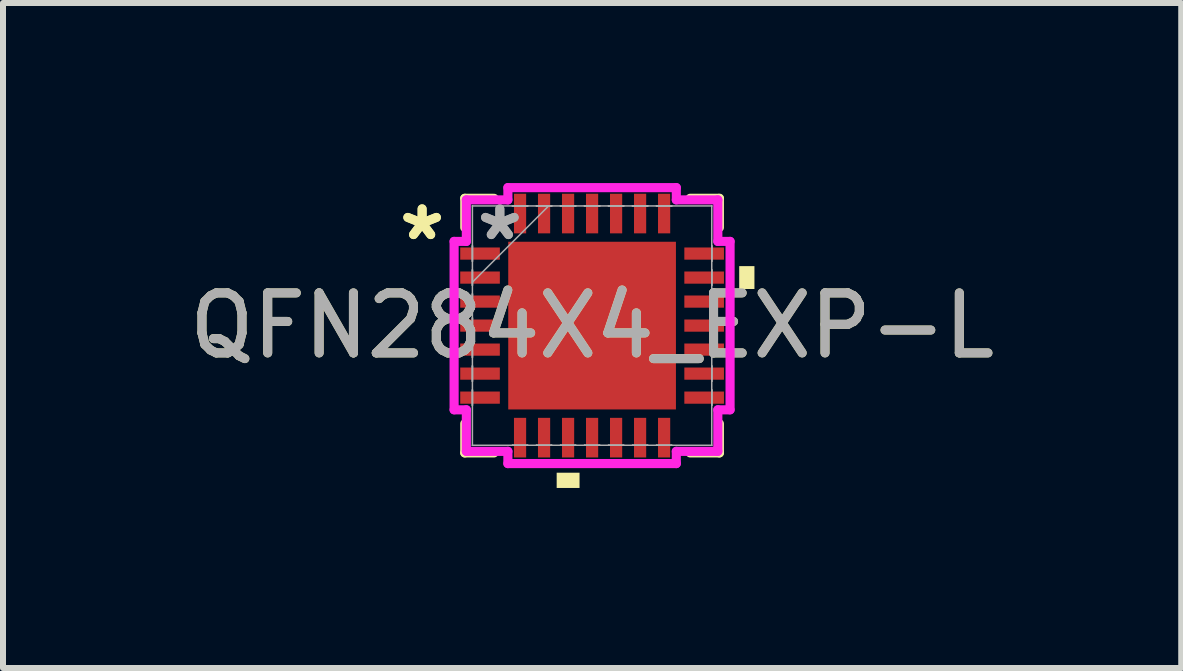
<source format=kicad_pcb>
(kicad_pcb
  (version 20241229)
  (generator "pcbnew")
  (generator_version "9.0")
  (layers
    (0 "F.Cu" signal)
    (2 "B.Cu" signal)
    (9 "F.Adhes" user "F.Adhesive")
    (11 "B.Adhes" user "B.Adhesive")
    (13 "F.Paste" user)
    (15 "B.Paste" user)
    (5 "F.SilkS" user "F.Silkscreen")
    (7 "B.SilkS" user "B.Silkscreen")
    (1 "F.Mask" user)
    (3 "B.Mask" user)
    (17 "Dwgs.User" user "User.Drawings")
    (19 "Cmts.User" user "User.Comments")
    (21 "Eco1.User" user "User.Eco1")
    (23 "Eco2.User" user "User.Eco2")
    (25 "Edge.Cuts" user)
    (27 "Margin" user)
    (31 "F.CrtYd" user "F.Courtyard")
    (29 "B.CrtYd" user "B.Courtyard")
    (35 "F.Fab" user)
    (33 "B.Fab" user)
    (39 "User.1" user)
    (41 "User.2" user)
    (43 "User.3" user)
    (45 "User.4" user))
  (footprint "QFN284X4_EXP-L"
    (layer "F.Cu")
    (at 6.815 2.375)
    (property "Reference" "QFN284X4_EXP-L" (at 0 0 0) (unlocked yes) (layer "F.SilkS") (effects (font (size 1 1) (thickness 0.15))))
    (attr smd)
    (fp_line (start -2.121 -2.121) (end -2.121 -1.634) (stroke (width 0.152) (type solid)) (layer "F.SilkS"))
    (fp_line (start -2.121 1.634) (end -2.121 2.121) (stroke (width 0.152) (type solid)) (layer "F.SilkS"))
    (fp_line (start -2.121 2.121) (end -1.634 2.121) (stroke (width 0.152) (type solid)) (layer "F.SilkS"))
    (fp_line (start -1.634 -2.121) (end -2.121 -2.121) (stroke (width 0.152) (type solid)) (layer "F.SilkS"))
    (fp_line (start 1.634 2.121) (end 2.121 2.121) (stroke (width 0.152) (type solid)) (layer "F.SilkS"))
    (fp_line (start 2.121 -2.121) (end 1.634 -2.121) (stroke (width 0.152) (type solid)) (layer "F.SilkS"))
    (fp_line (start 2.121 -1.634) (end 2.121 -2.121) (stroke (width 0.152) (type solid)) (layer "F.SilkS"))
    (fp_line (start 2.121 2.121) (end 2.121 1.634) (stroke (width 0.152) (type solid)) (layer "F.SilkS"))
    (fp_poly (pts (xy -0.59 2.451) (xy -0.59 2.705) (xy -0.209 2.705) (xy -0.209 2.451)) (stroke (width 0) (type solid)) (fill yes) (layer "F.SilkS"))
    (fp_poly (pts (xy 2.705 -0.991) (xy 2.705 -0.61) (xy 2.451 -0.61) (xy 2.451 -0.991)) (stroke (width 0) (type solid)) (fill yes) (layer "F.SilkS"))
    (fp_poly (pts (xy -1.297 -1.297) (xy -1.297 -0.1) (xy -0.1 -0.1) (xy -0.1 -1.297)) (stroke (width 0) (type solid)) (fill yes) (layer "F.Paste"))
    (fp_poly (pts (xy -1.297 0.1) (xy -1.297 1.297) (xy -0.1 1.297) (xy -0.1 0.1)) (stroke (width 0) (type solid)) (fill yes) (layer "F.Paste"))
    (fp_poly (pts (xy 0.1 -1.297) (xy 0.1 -0.1) (xy 1.297 -0.1) (xy 1.297 -1.297)) (stroke (width 0) (type solid)) (fill yes) (layer "F.Paste"))
    (fp_poly (pts (xy 0.1 0.1) (xy 0.1 1.297) (xy 1.297 1.297) (xy 1.297 0.1)) (stroke (width 0) (type solid)) (fill yes) (layer "F.Paste"))
    (fp_line (start -2.299 -1.403) (end -2.095 -1.403) (stroke (width 0.152) (type solid)) (layer "F.CrtYd"))
    (fp_line (start -2.299 1.403) (end -2.299 -1.403) (stroke (width 0.152) (type solid)) (layer "F.CrtYd"))
    (fp_line (start -2.095 -2.095) (end -1.403 -2.095) (stroke (width 0.152) (type solid)) (layer "F.CrtYd"))
    (fp_line (start -2.095 -1.403) (end -2.095 -2.095) (stroke (width 0.152) (type solid)) (layer "F.CrtYd"))
    (fp_line (start -2.095 1.403) (end -2.299 1.403) (stroke (width 0.152) (type solid)) (layer "F.CrtYd"))
    (fp_line (start -2.095 2.095) (end -2.095 1.403) (stroke (width 0.152) (type solid)) (layer "F.CrtYd"))
    (fp_line (start -1.403 -2.299) (end 1.403 -2.299) (stroke (width 0.152) (type solid)) (layer "F.CrtYd"))
    (fp_line (start -1.403 -2.095) (end -1.403 -2.299) (stroke (width 0.152) (type solid)) (layer "F.CrtYd"))
    (fp_line (start -1.403 2.095) (end -2.095 2.095) (stroke (width 0.152) (type solid)) (layer "F.CrtYd"))
    (fp_line (start -1.403 2.299) (end -1.403 2.095) (stroke (width 0.152) (type solid)) (layer "F.CrtYd"))
    (fp_line (start 1.403 -2.299) (end 1.403 -2.095) (stroke (width 0.152) (type solid)) (layer "F.CrtYd"))
    (fp_line (start 1.403 -2.095) (end 2.095 -2.095) (stroke (width 0.152) (type solid)) (layer "F.CrtYd"))
    (fp_line (start 1.403 2.095) (end 1.403 2.299) (stroke (width 0.152) (type solid)) (layer "F.CrtYd"))
    (fp_line (start 1.403 2.299) (end -1.403 2.299) (stroke (width 0.152) (type solid)) (layer "F.CrtYd"))
    (fp_line (start 2.095 -2.095) (end 2.095 -1.403) (stroke (width 0.152) (type solid)) (layer "F.CrtYd"))
    (fp_line (start 2.095 -1.403) (end 2.299 -1.403) (stroke (width 0.152) (type solid)) (layer "F.CrtYd"))
    (fp_line (start 2.095 1.403) (end 2.095 2.095) (stroke (width 0.152) (type solid)) (layer "F.CrtYd"))
    (fp_line (start 2.095 2.095) (end 1.403 2.095) (stroke (width 0.152) (type solid)) (layer "F.CrtYd"))
    (fp_line (start 2.299 -1.403) (end 2.299 1.403) (stroke (width 0.152) (type solid)) (layer "F.CrtYd"))
    (fp_line (start 2.299 1.403) (end 2.095 1.403) (stroke (width 0.152) (type solid)) (layer "F.CrtYd"))
    (fp_line (start -1.994 -1.994) (end -1.994 -1.994) (stroke (width 0.025) (type solid)) (layer "F.Fab"))
    (fp_line (start -1.994 -1.994) (end -1.994 1.994) (stroke (width 0.025) (type solid)) (layer "F.Fab"))
    (fp_line (start -1.994 -1.327) (end -1.994 -1.327) (stroke (width 0.025) (type solid)) (layer "F.Fab"))
    (fp_line (start -1.994 -1.327) (end -1.994 -1.073) (stroke (width 0.025) (type solid)) (layer "F.Fab"))
    (fp_line (start -1.994 -1.073) (end -1.994 -1.327) (stroke (width 0.025) (type solid)) (layer "F.Fab"))
    (fp_line (start -1.994 -1.073) (end -1.994 -1.073) (stroke (width 0.025) (type solid)) (layer "F.Fab"))
    (fp_line (start -1.994 -0.927) (end -1.994 -0.927) (stroke (width 0.025) (type solid)) (layer "F.Fab"))
    (fp_line (start -1.994 -0.927) (end -1.994 -0.673) (stroke (width 0.025) (type solid)) (layer "F.Fab"))
    (fp_line (start -1.994 -0.724) (end -0.724 -1.994) (stroke (width 0.025) (type solid)) (layer "F.Fab"))
    (fp_line (start -1.994 -0.673) (end -1.994 -0.927) (stroke (width 0.025) (type solid)) (layer "F.Fab"))
    (fp_line (start -1.994 -0.673) (end -1.994 -0.673) (stroke (width 0.025) (type solid)) (layer "F.Fab"))
    (fp_line (start -1.994 -0.527) (end -1.994 -0.527) (stroke (width 0.025) (type solid)) (layer "F.Fab"))
    (fp_line (start -1.994 -0.527) (end -1.994 -0.273) (stroke (width 0.025) (type solid)) (layer "F.Fab"))
    (fp_line (start -1.994 -0.273) (end -1.994 -0.527) (stroke (width 0.025) (type solid)) (layer "F.Fab"))
    (fp_line (start -1.994 -0.273) (end -1.994 -0.273) (stroke (width 0.025) (type solid)) (layer "F.Fab"))
    (fp_line (start -1.994 -0.127) (end -1.994 -0.127) (stroke (width 0.025) (type solid)) (layer "F.Fab"))
    (fp_line (start -1.994 -0.127) (end -1.994 0.127) (stroke (width 0.025) (type solid)) (layer "F.Fab"))
    (fp_line (start -1.994 0.127) (end -1.994 -0.127) (stroke (width 0.025) (type solid)) (layer "F.Fab"))
    (fp_line (start -1.994 0.127) (end -1.994 0.127) (stroke (width 0.025) (type solid)) (layer "F.Fab"))
    (fp_line (start -1.994 0.273) (end -1.994 0.273) (stroke (width 0.025) (type solid)) (layer "F.Fab"))
    (fp_line (start -1.994 0.273) (end -1.994 0.527) (stroke (width 0.025) (type solid)) (layer "F.Fab"))
    (fp_line (start -1.994 0.527) (end -1.994 0.273) (stroke (width 0.025) (type solid)) (layer "F.Fab"))
    (fp_line (start -1.994 0.527) (end -1.994 0.527) (stroke (width 0.025) (type solid)) (layer "F.Fab"))
    (fp_line (start -1.994 0.673) (end -1.994 0.673) (stroke (width 0.025) (type solid)) (layer "F.Fab"))
    (fp_line (start -1.994 0.673) (end -1.994 0.927) (stroke (width 0.025) (type solid)) (layer "F.Fab"))
    (fp_line (start -1.994 0.927) (end -1.994 0.673) (stroke (width 0.025) (type solid)) (layer "F.Fab"))
    (fp_line (start -1.994 0.927) (end -1.994 0.927) (stroke (width 0.025) (type solid)) (layer "F.Fab"))
    (fp_line (start -1.994 1.073) (end -1.994 1.073) (stroke (width 0.025) (type solid)) (layer "F.Fab"))
    (fp_line (start -1.994 1.073) (end -1.994 1.327) (stroke (width 0.025) (type solid)) (layer "F.Fab"))
    (fp_line (start -1.994 1.327) (end -1.994 1.073) (stroke (width 0.025) (type solid)) (layer "F.Fab"))
    (fp_line (start -1.994 1.327) (end -1.994 1.327) (stroke (width 0.025) (type solid)) (layer "F.Fab"))
    (fp_line (start -1.994 1.994) (end -1.994 1.994) (stroke (width 0.025) (type solid)) (layer "F.Fab"))
    (fp_line (start -1.994 1.994) (end 1.994 1.994) (stroke (width 0.025) (type solid)) (layer "F.Fab"))
    (fp_line (start -1.327 -1.994) (end -1.327 -1.994) (stroke (width 0.025) (type solid)) (layer "F.Fab"))
    (fp_line (start -1.327 -1.994) (end -1.073 -1.994) (stroke (width 0.025) (type solid)) (layer "F.Fab"))
    (fp_line (start -1.327 1.994) (end -1.327 1.994) (stroke (width 0.025) (type solid)) (layer "F.Fab"))
    (fp_line (start -1.327 1.994) (end -1.073 1.994) (stroke (width 0.025) (type solid)) (layer "F.Fab"))
    (fp_line (start -1.073 -1.994) (end -1.327 -1.994) (stroke (width 0.025) (type solid)) (layer "F.Fab"))
    (fp_line (start -1.073 -1.994) (end -1.073 -1.994) (stroke (width 0.025) (type solid)) (layer "F.Fab"))
    (fp_line (start -1.073 1.994) (end -1.327 1.994) (stroke (width 0.025) (type solid)) (layer "F.Fab"))
    (fp_line (start -1.073 1.994) (end -1.073 1.994) (stroke (width 0.025) (type solid)) (layer "F.Fab"))
    (fp_line (start -0.927 -1.994) (end -0.927 -1.994) (stroke (width 0.025) (type solid)) (layer "F.Fab"))
    (fp_line (start -0.927 -1.994) (end -0.673 -1.994) (stroke (width 0.025) (type solid)) (layer "F.Fab"))
    (fp_line (start -0.927 1.994) (end -0.927 1.994) (stroke (width 0.025) (type solid)) (layer "F.Fab"))
    (fp_line (start -0.927 1.994) (end -0.673 1.994) (stroke (width 0.025) (type solid)) (layer "F.Fab"))
    (fp_line (start -0.673 -1.994) (end -0.927 -1.994) (stroke (width 0.025) (type solid)) (layer "F.Fab"))
    (fp_line (start -0.673 -1.994) (end -0.673 -1.994) (stroke (width 0.025) (type solid)) (layer "F.Fab"))
    (fp_line (start -0.673 1.994) (end -0.927 1.994) (stroke (width 0.025) (type solid)) (layer "F.Fab"))
    (fp_line (start -0.673 1.994) (end -0.673 1.994) (stroke (width 0.025) (type solid)) (layer "F.Fab"))
    (fp_line (start -0.527 -1.994) (end -0.527 -1.994) (stroke (width 0.025) (type solid)) (layer "F.Fab"))
    (fp_line (start -0.527 -1.994) (end -0.273 -1.994) (stroke (width 0.025) (type solid)) (layer "F.Fab"))
    (fp_line (start -0.527 1.994) (end -0.527 1.994) (stroke (width 0.025) (type solid)) (layer "F.Fab"))
    (fp_line (start -0.527 1.994) (end -0.273 1.994) (stroke (width 0.025) (type solid)) (layer "F.Fab"))
    (fp_line (start -0.273 -1.994) (end -0.527 -1.994) (stroke (width 0.025) (type solid)) (layer "F.Fab"))
    (fp_line (start -0.273 -1.994) (end -0.273 -1.994) (stroke (width 0.025) (type solid)) (layer "F.Fab"))
    (fp_line (start -0.273 1.994) (end -0.527 1.994) (stroke (width 0.025) (type solid)) (layer "F.Fab"))
    (fp_line (start -0.273 1.994) (end -0.273 1.994) (stroke (width 0.025) (type solid)) (layer "F.Fab"))
    (fp_line (start -0.127 -1.994) (end -0.127 -1.994) (stroke (width 0.025) (type solid)) (layer "F.Fab"))
    (fp_line (start -0.127 -1.994) (end 0.127 -1.994) (stroke (width 0.025) (type solid)) (layer "F.Fab"))
    (fp_line (start -0.127 1.994) (end -0.127 1.994) (stroke (width 0.025) (type solid)) (layer "F.Fab"))
    (fp_line (start -0.127 1.994) (end 0.127 1.994) (stroke (width 0.025) (type solid)) (layer "F.Fab"))
    (fp_line (start 0.127 -1.994) (end -0.127 -1.994) (stroke (width 0.025) (type solid)) (layer "F.Fab"))
    (fp_line (start 0.127 -1.994) (end 0.127 -1.994) (stroke (width 0.025) (type solid)) (layer "F.Fab"))
    (fp_line (start 0.127 1.994) (end -0.127 1.994) (stroke (width 0.025) (type solid)) (layer "F.Fab"))
    (fp_line (start 0.127 1.994) (end 0.127 1.994) (stroke (width 0.025) (type solid)) (layer "F.Fab"))
    (fp_line (start 0.273 -1.994) (end 0.273 -1.994) (stroke (width 0.025) (type solid)) (layer "F.Fab"))
    (fp_line (start 0.273 -1.994) (end 0.527 -1.994) (stroke (width 0.025) (type solid)) (layer "F.Fab"))
    (fp_line (start 0.273 1.994) (end 0.273 1.994) (stroke (width 0.025) (type solid)) (layer "F.Fab"))
    (fp_line (start 0.273 1.994) (end 0.527 1.994) (stroke (width 0.025) (type solid)) (layer "F.Fab"))
    (fp_line (start 0.527 -1.994) (end 0.273 -1.994) (stroke (width 0.025) (type solid)) (layer "F.Fab"))
    (fp_line (start 0.527 -1.994) (end 0.527 -1.994) (stroke (width 0.025) (type solid)) (layer "F.Fab"))
    (fp_line (start 0.527 1.994) (end 0.273 1.994) (stroke (width 0.025) (type solid)) (layer "F.Fab"))
    (fp_line (start 0.527 1.994) (end 0.527 1.994) (stroke (width 0.025) (type solid)) (layer "F.Fab"))
    (fp_line (start 0.673 -1.994) (end 0.673 -1.994) (stroke (width 0.025) (type solid)) (layer "F.Fab"))
    (fp_line (start 0.673 -1.994) (end 0.927 -1.994) (stroke (width 0.025) (type solid)) (layer "F.Fab"))
    (fp_line (start 0.673 1.994) (end 0.673 1.994) (stroke (width 0.025) (type solid)) (layer "F.Fab"))
    (fp_line (start 0.673 1.994) (end 0.927 1.994) (stroke (width 0.025) (type solid)) (layer "F.Fab"))
    (fp_line (start 0.927 -1.994) (end 0.673 -1.994) (stroke (width 0.025) (type solid)) (layer "F.Fab"))
    (fp_line (start 0.927 -1.994) (end 0.927 -1.994) (stroke (width 0.025) (type solid)) (layer "F.Fab"))
    (fp_line (start 0.927 1.994) (end 0.673 1.994) (stroke (width 0.025) (type solid)) (layer "F.Fab"))
    (fp_line (start 0.927 1.994) (end 0.927 1.994) (stroke (width 0.025) (type solid)) (layer "F.Fab"))
    (fp_line (start 1.073 -1.994) (end 1.073 -1.994) (stroke (width 0.025) (type solid)) (layer "F.Fab"))
    (fp_line (start 1.073 -1.994) (end 1.327 -1.994) (stroke (width 0.025) (type solid)) (layer "F.Fab"))
    (fp_line (start 1.073 1.994) (end 1.073 1.994) (stroke (width 0.025) (type solid)) (layer "F.Fab"))
    (fp_line (start 1.073 1.994) (end 1.327 1.994) (stroke (width 0.025) (type solid)) (layer "F.Fab"))
    (fp_line (start 1.327 -1.994) (end 1.073 -1.994) (stroke (width 0.025) (type solid)) (layer "F.Fab"))
    (fp_line (start 1.327 -1.994) (end 1.327 -1.994) (stroke (width 0.025) (type solid)) (layer "F.Fab"))
    (fp_line (start 1.327 1.994) (end 1.073 1.994) (stroke (width 0.025) (type solid)) (layer "F.Fab"))
    (fp_line (start 1.327 1.994) (end 1.327 1.994) (stroke (width 0.025) (type solid)) (layer "F.Fab"))
    (fp_line (start 1.994 -1.994) (end -1.994 -1.994) (stroke (width 0.025) (type solid)) (layer "F.Fab"))
    (fp_line (start 1.994 -1.994) (end 1.994 -1.994) (stroke (width 0.025) (type solid)) (layer "F.Fab"))
    (fp_line (start 1.994 -1.327) (end 1.994 -1.327) (stroke (width 0.025) (type solid)) (layer "F.Fab"))
    (fp_line (start 1.994 -1.327) (end 1.994 -1.073) (stroke (width 0.025) (type solid)) (layer "F.Fab"))
    (fp_line (start 1.994 -1.073) (end 1.994 -1.327) (stroke (width 0.025) (type solid)) (layer "F.Fab"))
    (fp_line (start 1.994 -1.073) (end 1.994 -1.073) (stroke (width 0.025) (type solid)) (layer "F.Fab"))
    (fp_line (start 1.994 -0.927) (end 1.994 -0.927) (stroke (width 0.025) (type solid)) (layer "F.Fab"))
    (fp_line (start 1.994 -0.927) (end 1.994 -0.673) (stroke (width 0.025) (type solid)) (layer "F.Fab"))
    (fp_line (start 1.994 -0.673) (end 1.994 -0.927) (stroke (width 0.025) (type solid)) (layer "F.Fab"))
    (fp_line (start 1.994 -0.673) (end 1.994 -0.673) (stroke (width 0.025) (type solid)) (layer "F.Fab"))
    (fp_line (start 1.994 -0.527) (end 1.994 -0.527) (stroke (width 0.025) (type solid)) (layer "F.Fab"))
    (fp_line (start 1.994 -0.527) (end 1.994 -0.273) (stroke (width 0.025) (type solid)) (layer "F.Fab"))
    (fp_line (start 1.994 -0.273) (end 1.994 -0.527) (stroke (width 0.025) (type solid)) (layer "F.Fab"))
    (fp_line (start 1.994 -0.273) (end 1.994 -0.273) (stroke (width 0.025) (type solid)) (layer "F.Fab"))
    (fp_line (start 1.994 -0.127) (end 1.994 -0.127) (stroke (width 0.025) (type solid)) (layer "F.Fab"))
    (fp_line (start 1.994 -0.127) (end 1.994 0.127) (stroke (width 0.025) (type solid)) (layer "F.Fab"))
    (fp_line (start 1.994 0.127) (end 1.994 -0.127) (stroke (width 0.025) (type solid)) (layer "F.Fab"))
    (fp_line (start 1.994 0.127) (end 1.994 0.127) (stroke (width 0.025) (type solid)) (layer "F.Fab"))
    (fp_line (start 1.994 0.273) (end 1.994 0.273) (stroke (width 0.025) (type solid)) (layer "F.Fab"))
    (fp_line (start 1.994 0.273) (end 1.994 0.527) (stroke (width 0.025) (type solid)) (layer "F.Fab"))
    (fp_line (start 1.994 0.527) (end 1.994 0.273) (stroke (width 0.025) (type solid)) (layer "F.Fab"))
    (fp_line (start 1.994 0.527) (end 1.994 0.527) (stroke (width 0.025) (type solid)) (layer "F.Fab"))
    (fp_line (start 1.994 0.673) (end 1.994 0.673) (stroke (width 0.025) (type solid)) (layer "F.Fab"))
    (fp_line (start 1.994 0.673) (end 1.994 0.927) (stroke (width 0.025) (type solid)) (layer "F.Fab"))
    (fp_line (start 1.994 0.927) (end 1.994 0.673) (stroke (width 0.025) (type solid)) (layer "F.Fab"))
    (fp_line (start 1.994 0.927) (end 1.994 0.927) (stroke (width 0.025) (type solid)) (layer "F.Fab"))
    (fp_line (start 1.994 1.073) (end 1.994 1.073) (stroke (width 0.025) (type solid)) (layer "F.Fab"))
    (fp_line (start 1.994 1.073) (end 1.994 1.327) (stroke (width 0.025) (type solid)) (layer "F.Fab"))
    (fp_line (start 1.994 1.327) (end 1.994 1.073) (stroke (width 0.025) (type solid)) (layer "F.Fab"))
    (fp_line (start 1.994 1.327) (end 1.994 1.327) (stroke (width 0.025) (type solid)) (layer "F.Fab"))
    (fp_line (start 1.994 1.994) (end 1.994 -1.994) (stroke (width 0.025) (type solid)) (layer "F.Fab"))
    (fp_line (start 1.994 1.994) (end 1.994 1.994) (stroke (width 0.025) (type solid)) (layer "F.Fab"))
    (fp_text user "*" (at -2.832 -1.4 0) (unlocked yes) (layer "F.SilkS") (effects (font (size 1 1) (thickness 0.15))))
    (fp_text user "*" (at -2.832 -1.4 0) (layer "F.SilkS") (effects (font (size 1 1) (thickness 0.15))))
    (fp_text user "${REFERENCE}" (at 0 0 0) (unlocked yes) (layer "F.Fab") (effects (font (size 1 1) (thickness 0.15))))
    (fp_text user "*" (at -1.537 -1.4 0) (layer "F.Fab") (effects (font (size 1 1) (thickness 0.15))))
    (fp_text user "*" (at -1.537 -1.4 0) (unlocked yes) (layer "F.Fab") (effects (font (size 1 1) (thickness 0.15))))
    (pad "1" smd rect (at -1.867 -1.2 90) (size 0.203 0.66) (layers "F.Cu" "F.Mask" "F.Paste"))
    (pad "2" smd rect (at -1.867 -0.8 90) (size 0.203 0.66) (layers "F.Cu" "F.Mask" "F.Paste"))
    (pad "3" smd rect (at -1.867 -0.4 90) (size 0.203 0.66) (layers "F.Cu" "F.Mask" "F.Paste"))
    (pad "4" smd rect (at -1.867 0 90) (size 0.203 0.66) (layers "F.Cu" "F.Mask" "F.Paste"))
    (pad "5" smd rect (at -1.867 0.4 90) (size 0.203 0.66) (layers "F.Cu" "F.Mask" "F.Paste"))
    (pad "6" smd rect (at -1.867 0.8 90) (size 0.203 0.66) (layers "F.Cu" "F.Mask" "F.Paste"))
    (pad "7" smd rect (at -1.867 1.2 90) (size 0.203 0.66) (layers "F.Cu" "F.Mask" "F.Paste"))
    (pad "8" smd rect (at -1.2 1.867) (size 0.203 0.66) (layers "F.Cu" "F.Mask" "F.Paste"))
    (pad "9" smd rect (at -0.8 1.867) (size 0.203 0.66) (layers "F.Cu" "F.Mask" "F.Paste"))
    (pad "10" smd rect (at -0.4 1.867) (size 0.203 0.66) (layers "F.Cu" "F.Mask" "F.Paste"))
    (pad "11" smd rect (at 0 1.867) (size 0.203 0.66) (layers "F.Cu" "F.Mask" "F.Paste"))
    (pad "12" smd rect (at 0.4 1.867) (size 0.203 0.66) (layers "F.Cu" "F.Mask" "F.Paste"))
    (pad "13" smd rect (at 0.8 1.867) (size 0.203 0.66) (layers "F.Cu" "F.Mask" "F.Paste"))
    (pad "14" smd rect (at 1.2 1.867) (size 0.203 0.66) (layers "F.Cu" "F.Mask" "F.Paste"))
    (pad "15" smd rect (at 1.867 1.2 90) (size 0.203 0.66) (layers "F.Cu" "F.Mask" "F.Paste"))
    (pad "16" smd rect (at 1.867 0.8 90) (size 0.203 0.66) (layers "F.Cu" "F.Mask" "F.Paste"))
    (pad "17" smd rect (at 1.867 0.4 90) (size 0.203 0.66) (layers "F.Cu" "F.Mask" "F.Paste"))
    (pad "18" smd rect (at 1.867 0 90) (size 0.203 0.66) (layers "F.Cu" "F.Mask" "F.Paste"))
    (pad "19" smd rect (at 1.867 -0.4 90) (size 0.203 0.66) (layers "F.Cu" "F.Mask" "F.Paste"))
    (pad "20" smd rect (at 1.867 -0.8 90) (size 0.203 0.66) (layers "F.Cu" "F.Mask" "F.Paste"))
    (pad "21" smd rect (at 1.867 -1.2 90) (size 0.203 0.66) (layers "F.Cu" "F.Mask" "F.Paste"))
    (pad "22" smd rect (at 1.2 -1.867) (size 0.203 0.66) (layers "F.Cu" "F.Mask" "F.Paste"))
    (pad "23" smd rect (at 0.8 -1.867) (size 0.203 0.66) (layers "F.Cu" "F.Mask" "F.Paste"))
    (pad "24" smd rect (at 0.4 -1.867) (size 0.203 0.66) (layers "F.Cu" "F.Mask" "F.Paste"))
    (pad "25" smd rect (at 0 -1.867) (size 0.203 0.66) (layers "F.Cu" "F.Mask" "F.Paste"))
    (pad "26" smd rect (at -0.4 -1.867) (size 0.203 0.66) (layers "F.Cu" "F.Mask" "F.Paste"))
    (pad "27" smd rect (at -0.8 -1.867) (size 0.203 0.66) (layers "F.Cu" "F.Mask" "F.Paste"))
    (pad "28" smd rect (at -1.2 -1.867) (size 0.203 0.66) (layers "F.Cu" "F.Mask" "F.Paste"))
    (pad "29" smd rect (at 0 0) (size 2.794 2.794) (layers "F.Cu" "F.Mask" "F.Paste")))
  (gr_rect
    (start -3 -3)
    (end 16.631 8.08)
    (stroke (width 0.1) (type default))
    (fill no)
    (layer "Edge.Cuts")))
</source>
